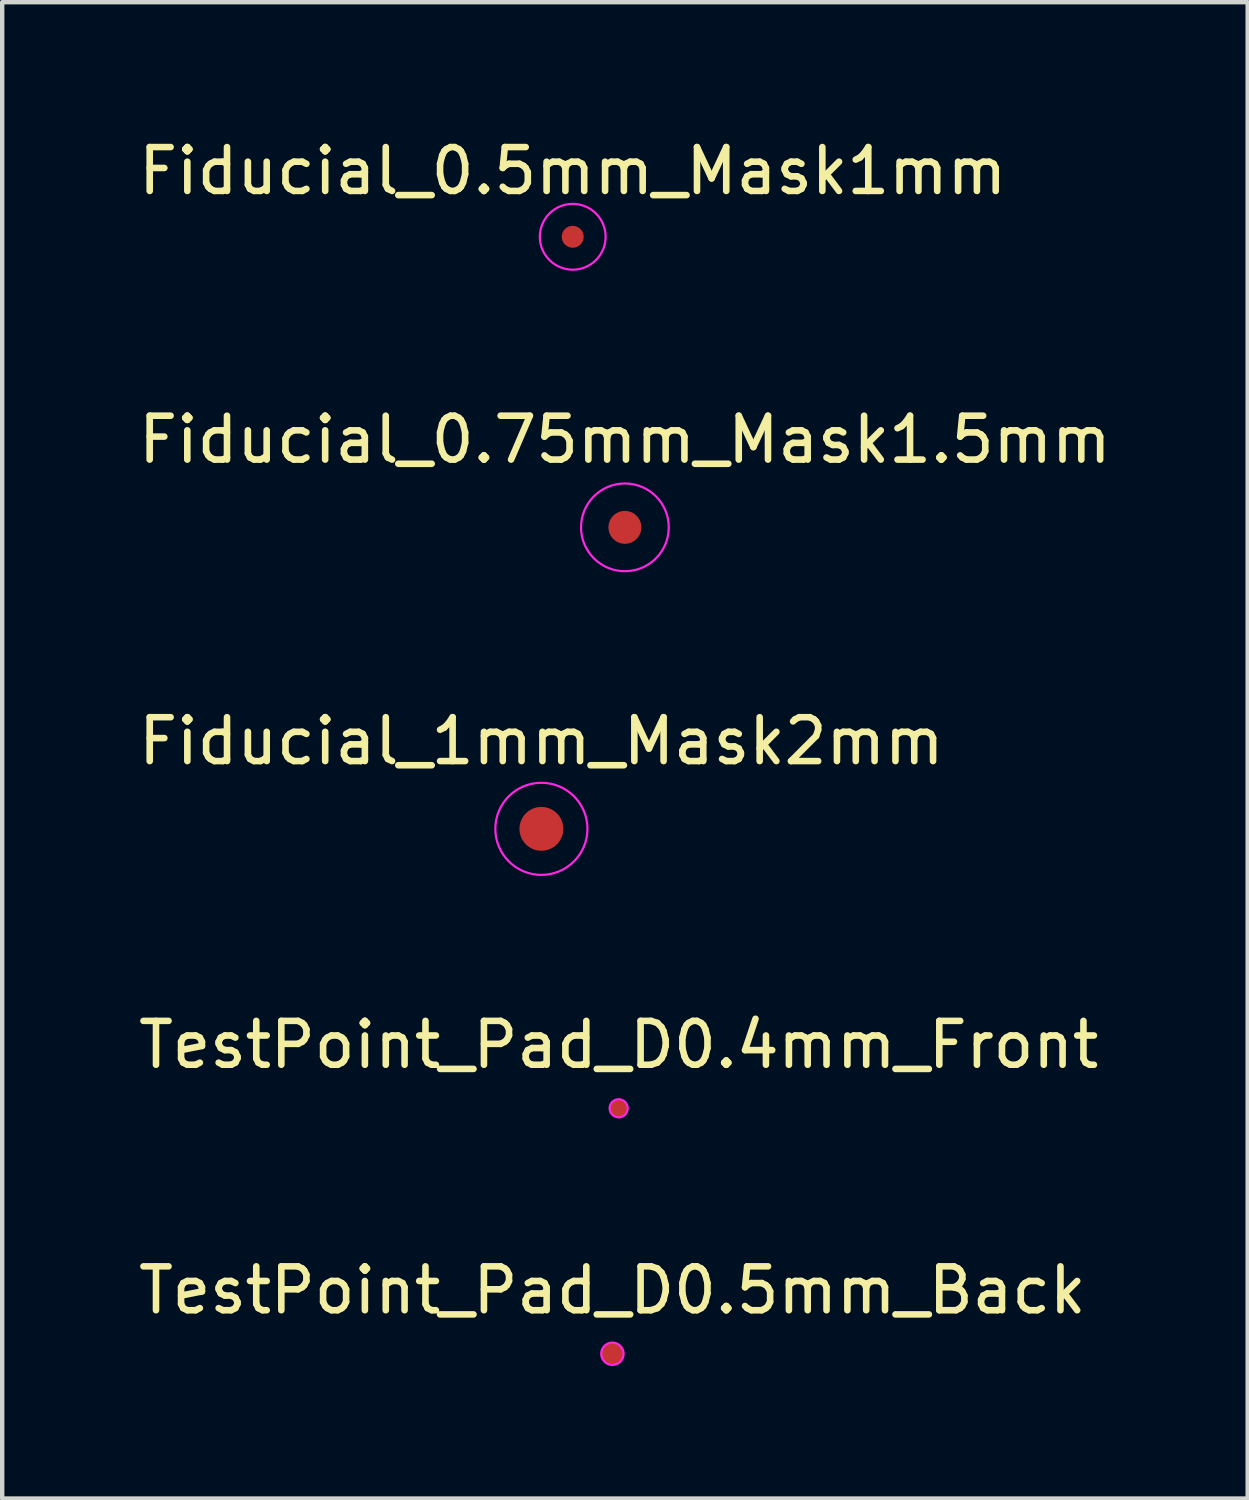
<source format=kicad_pcb>
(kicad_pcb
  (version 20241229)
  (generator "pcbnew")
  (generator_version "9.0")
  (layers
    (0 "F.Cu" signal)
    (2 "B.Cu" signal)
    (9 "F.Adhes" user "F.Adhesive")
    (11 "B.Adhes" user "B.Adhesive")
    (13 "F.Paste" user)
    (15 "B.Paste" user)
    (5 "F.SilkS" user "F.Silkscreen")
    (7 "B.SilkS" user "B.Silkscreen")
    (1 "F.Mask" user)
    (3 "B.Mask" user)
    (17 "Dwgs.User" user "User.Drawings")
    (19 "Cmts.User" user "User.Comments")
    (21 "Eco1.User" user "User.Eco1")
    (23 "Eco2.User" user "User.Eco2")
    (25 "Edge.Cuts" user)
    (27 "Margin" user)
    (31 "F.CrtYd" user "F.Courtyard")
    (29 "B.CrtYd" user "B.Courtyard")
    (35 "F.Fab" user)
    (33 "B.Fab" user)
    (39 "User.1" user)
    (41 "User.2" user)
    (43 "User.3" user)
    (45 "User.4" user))
  (footprint "Fiducial_1mm_Mask2mm"
    (layer "F.Cu")
    (at 9.292 15.845)
    (property "Reference" "Fiducial_1mm_Mask2mm" (at 0 -2 0) (layer "F.SilkS") (effects (font (size 1 1) (thickness 0.15))))
    (attr smd exclude_from_bom allow_missing_courtyard)
    (fp_circle (center 0 0) (end 1.05 0) (stroke (width 0.05) (type solid)) (fill no) (layer "F.CrtYd"))
    (pad "" smd circle (at 0 0) (size 1 1) (property pad_prop_fiducial_glob) (layers "F.Cu" "F.Mask")))
  (footprint "Fiducial_0.5mm_Mask1mm"
    (layer "F.Cu")
    (at 10.006 2.348)
    (property "Reference" "Fiducial_0.5mm_Mask1mm" (at 0 -1.5 0) (layer "F.SilkS") (effects (font (size 1 1) (thickness 0.15))))
    (attr smd exclude_from_bom allow_missing_courtyard)
    (fp_circle (center 0 0) (end 0.75 0) (stroke (width 0.05) (type solid)) (fill no) (layer "F.CrtYd"))
    (pad "" smd circle (at 0 0) (size 0.5 0.5) (property pad_prop_fiducial_glob) (layers "F.Cu" "F.Mask")))
  (footprint "Fiducial_0.75mm_Mask1.5mm"
    (layer "F.Cu")
    (at 11.196 8.972)
    (property "Reference" "Fiducial_0.75mm_Mask1.5mm" (at 0 -2 0) (layer "F.SilkS") (effects (font (size 1 1) (thickness 0.15))))
    (attr smd exclude_from_bom allow_missing_courtyard)
    (fp_circle (center 0 0) (end 1 0) (stroke (width 0.05) (type solid)) (fill no) (layer "F.CrtYd"))
    (pad "" smd circle (at 0 0) (size 0.75 0.75) (property pad_prop_fiducial_glob) (layers "F.Cu" "F.Mask")))
  (footprint "TestPoint_Pad_D0.5mm_Back"
    (layer "F.Cu")
    (at 10.911 27.812)
    (property "Reference" "TestPoint_Pad_D0.5mm_Back" (at 0 -1.448 0) (layer "F.SilkS") (effects (font (size 1 1) (thickness 0.15))))
    (attr exclude_from_pos_files exclude_from_bom)
    (fp_circle (center 0 0) (end 0.25 -0.05) (stroke (width 0.05) (type solid)) (fill no) (layer "F.CrtYd"))
    (fp_circle (center 0 0) (end 0.25 0) (stroke (width 0.1) (type solid)) (fill no) (layer "User.3"))
    (fp_text user "${REFERENCE}" (at 0 -0.65 0) (layer "User.3") (effects (font (size 0.5 0.5) (thickness 0.1)) (justify mirror)))
    (pad "1" smd circle (at 0 0) (size 0.5 0.5) (property pad_prop_testpoint) (layers "F.Cu" "F.Mask")))
  (footprint "TestPoint_Pad_D0.4mm_Front"
    (layer "F.Cu")
    (at 11.054 22.216)
    (property "Reference" "TestPoint_Pad_D0.4mm_Front" (at 0 -1.448 0) (layer "F.SilkS") (effects (font (size 1 1) (thickness 0.15))))
    (attr exclude_from_pos_files exclude_from_bom)
    (fp_circle (center 0 0) (end 0.2 -0.05) (stroke (width 0.05) (type solid)) (fill no) (layer "F.CrtYd"))
    (fp_circle (center 0 0) (end 0.25 0) (stroke (width 0.1) (type solid)) (fill no) (layer "User.2"))
    (fp_text user "${REFERENCE}" (at 0 -0.65 0) (layer "User.2") (effects (font (size 0.5 0.5) (thickness 0.1))))
    (pad "1" smd circle (at 0 0) (size 0.4 0.4) (property pad_prop_testpoint) (layers "F.Cu" "F.Mask")))
  (gr_rect
    (start -3 -3)
    (end 25.393 31.112)
    (stroke (width 0.1) (type default))
    (fill no)
    (layer "Edge.Cuts")))
</source>
